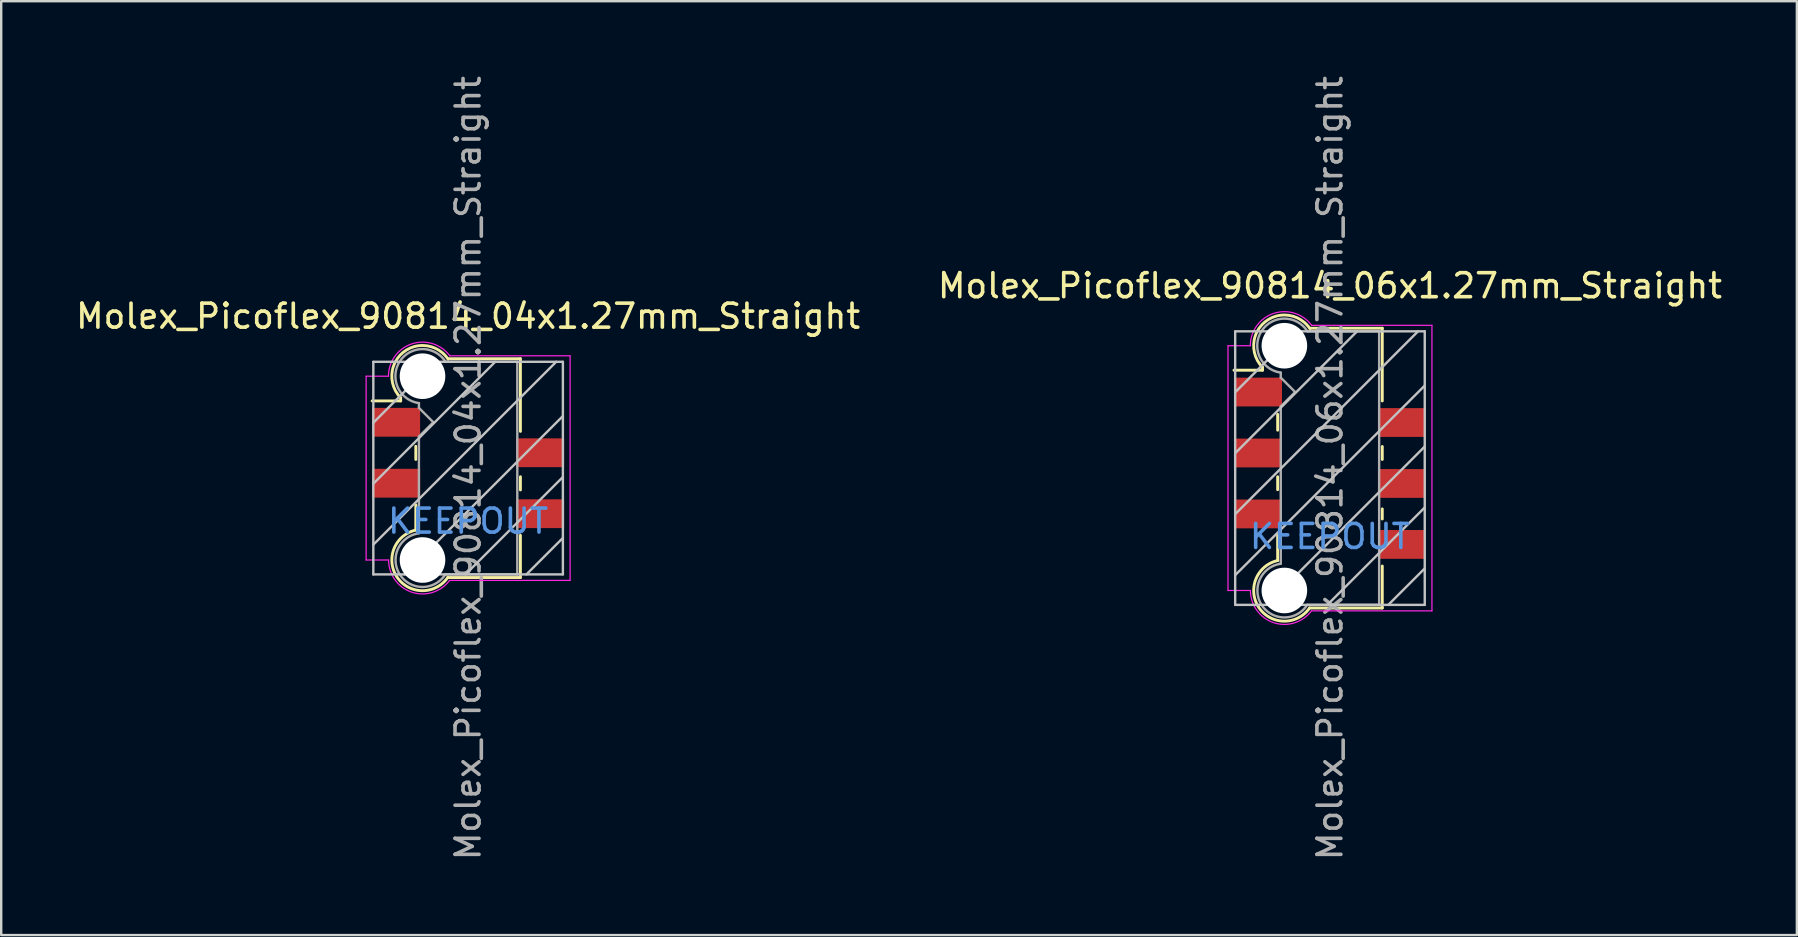
<source format=kicad_pcb>
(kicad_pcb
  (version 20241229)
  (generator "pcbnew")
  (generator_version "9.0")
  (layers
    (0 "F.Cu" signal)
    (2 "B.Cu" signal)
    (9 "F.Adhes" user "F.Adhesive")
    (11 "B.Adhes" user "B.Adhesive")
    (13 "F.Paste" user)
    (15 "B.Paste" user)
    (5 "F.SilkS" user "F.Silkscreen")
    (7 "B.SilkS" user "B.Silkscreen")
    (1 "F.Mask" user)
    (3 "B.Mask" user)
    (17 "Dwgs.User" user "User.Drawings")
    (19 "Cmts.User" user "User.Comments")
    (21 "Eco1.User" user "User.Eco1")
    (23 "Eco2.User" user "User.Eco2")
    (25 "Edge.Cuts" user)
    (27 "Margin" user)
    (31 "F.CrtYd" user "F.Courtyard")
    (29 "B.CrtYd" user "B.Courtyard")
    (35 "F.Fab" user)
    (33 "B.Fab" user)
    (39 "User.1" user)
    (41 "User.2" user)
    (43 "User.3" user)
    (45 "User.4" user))
  (footprint "Molex_Picoflex_90814_04x1.27mm_Straight"
    (layer "F.Cu")
    (at 16.458 16.458)
    (property "Reference" "Molex_Picoflex_90814_04x1.27mm_Straight" (at 0 -6.33 0) (layer "F.SilkS") (effects (font (size 1 1) (thickness 0.15))))
    (attr smd)
    (fp_line (start -2.81 -2.93) (end -2.81 -2.8) (stroke (width 0.12) (type solid)) (layer "F.SilkS"))
    (fp_line (start -2.81 -2.8) (end -4 -2.8) (stroke (width 0.12) (type solid)) (layer "F.SilkS"))
    (fp_line (start -2.18 -0.36) (end -2.18 -0.91) (stroke (width 0.12) (type solid)) (layer "F.SilkS"))
    (fp_line (start -2.18 2.58) (end -2.18 1.53) (stroke (width 0.12) (type solid)) (layer "F.SilkS"))
    (fp_line (start 2.18 -4.56) (end -0.82 -4.56) (stroke (width 0.12) (type solid)) (layer "F.SilkS"))
    (fp_line (start 2.18 -4.56) (end 2.18 -1.53) (stroke (width 0.12) (type solid)) (layer "F.SilkS"))
    (fp_line (start 2.18 0.36) (end 2.18 0.91) (stroke (width 0.12) (type solid)) (layer "F.SilkS"))
    (fp_line (start 2.18 2.8) (end 2.18 4.56) (stroke (width 0.12) (type solid)) (layer "F.SilkS"))
    (fp_line (start 2.18 4.56) (end -0.85 4.56) (stroke (width 0.12) (type solid)) (layer "F.SilkS"))
    (fp_arc (start -2.81 -2.93) (mid -2.708637 -4.822072) (end -0.834991 -4.539828) (stroke (width 0.12) (type solid)) (layer "F.SilkS"))
    (fp_arc (start -0.85 4.56) (mid -2.962791 4.541248) (end -2.174424 2.580964) (stroke (width 0.12) (type solid)) (layer "F.SilkS"))
    (fp_line (start -3.95 -4.43) (end -3.95 4.43) (stroke (width 0.1) (type solid)) (layer "Dwgs.User"))
    (fp_line (start -3.95 -1.89) (end -1.41 -4.43) (stroke (width 0.1) (type solid)) (layer "Dwgs.User"))
    (fp_line (start -3.95 0.65) (end 1.13 -4.43) (stroke (width 0.1) (type solid)) (layer "Dwgs.User"))
    (fp_line (start -3.95 3.19) (end 3.67 -4.43) (stroke (width 0.1) (type solid)) (layer "Dwgs.User"))
    (fp_line (start -3.95 4.43) (end 3.95 4.43) (stroke (width 0.1) (type solid)) (layer "Dwgs.User"))
    (fp_line (start -2.65 4.43) (end 3.95 -2.17) (stroke (width 0.1) (type solid)) (layer "Dwgs.User"))
    (fp_line (start -0.11 4.43) (end 3.95 0.37) (stroke (width 0.1) (type solid)) (layer "Dwgs.User"))
    (fp_line (start 2.43 4.43) (end 3.95 2.91) (stroke (width 0.1) (type solid)) (layer "Dwgs.User"))
    (fp_line (start 3.95 -4.43) (end -3.95 -4.43) (stroke (width 0.1) (type solid)) (layer "Dwgs.User"))
    (fp_line (start 3.95 4.43) (end 3.95 -4.43) (stroke (width 0.1) (type solid)) (layer "Dwgs.User"))
    (fp_line (start -4.25 3.83) (end -4.25 -3.83) (stroke (width 0.05) (type solid)) (layer "F.CrtYd"))
    (fp_line (start -3.32 -3.83) (end -4.25 -3.83) (stroke (width 0.05) (type solid)) (layer "F.CrtYd"))
    (fp_line (start -3.32 3.83) (end -4.25 3.83) (stroke (width 0.05) (type solid)) (layer "F.CrtYd"))
    (fp_line (start 4.25 -4.68) (end -0.76 -4.68) (stroke (width 0.05) (type solid)) (layer "F.CrtYd"))
    (fp_line (start 4.25 -4.68) (end 4.25 4.68) (stroke (width 0.05) (type solid)) (layer "F.CrtYd"))
    (fp_line (start 4.25 4.68) (end -0.77 4.68) (stroke (width 0.05) (type solid)) (layer "F.CrtYd"))
    (fp_arc (start -3.32 -3.83) (mid -2.344692 -5.178573) (end -0.758523 -4.674648) (stroke (width 0.05) (type solid)) (layer "F.CrtYd"))
    (fp_arc (start -0.77 4.68) (mid -2.348691 5.170924) (end -3.314001 3.828743) (stroke (width 0.05) (type solid)) (layer "F.CrtYd"))
    (fp_line (start -2.05 -2.51) (end -2.05 -2.71) (stroke (width 0.1) (type solid)) (layer "F.Fab"))
    (fp_line (start -2.05 -1.31) (end -1.45 -1.91) (stroke (width 0.1) (type solid)) (layer "F.Fab"))
    (fp_line (start -2.05 2.71) (end -2.05 -1.31) (stroke (width 0.1) (type solid)) (layer "F.Fab"))
    (fp_line (start -1.45 -1.91) (end -2.05 -2.51) (stroke (width 0.1) (type solid)) (layer "F.Fab"))
    (fp_line (start 2.05 -4.43) (end -0.93 -4.43) (stroke (width 0.1) (type solid)) (layer "F.Fab"))
    (fp_line (start 2.05 -4.43) (end 2.05 4.43) (stroke (width 0.1) (type solid)) (layer "F.Fab"))
    (fp_line (start 2.05 4.43) (end -0.95 4.43) (stroke (width 0.1) (type solid)) (layer "F.Fab"))
    (fp_arc (start -2.05 -2.71) (mid -2.851672 -4.439279) (end -0.945612 -4.435015) (stroke (width 0.1) (type solid)) (layer "F.Fab"))
    (fp_arc (start -0.95 4.43) (mid -2.845272 4.437422) (end -2.051022 2.716585) (stroke (width 0.1) (type solid)) (layer "F.Fab"))
    (fp_text user "KEEPOUT" (at 0 2.21 0) (layer "Cmts.User") (effects (font (size 1 1) (thickness 0.15))))
    (fp_text user "${REFERENCE}" (at 0 0 90) (layer "F.Fab") (effects (font (size 1 1) (thickness 0.15))))
    (pad "" np_thru_hole circle (at -1.9 -3.83) (size 1.9 1.9) (drill 1.9) (layers "*.Cu"))
    (pad "" np_thru_hole circle (at -1.9 3.83) (size 1.9 1.9) (drill 1.9) (layers "*.Cu"))
    (pad "1" smd rect (at -3 -1.91) (size 2 1.2) (layers "F.Cu" "F.Mask" "F.Paste"))
    (pad "2" smd rect (at 3 -0.64) (size 2 1.2) (layers "F.Cu" "F.Mask" "F.Paste"))
    (pad "3" smd rect (at -3 0.63) (size 2 1.2) (layers "F.Cu" "F.Mask" "F.Paste"))
    (pad "4" smd rect (at 3 1.9) (size 2 1.2) (layers "F.Cu" "F.Mask" "F.Paste")))
  (footprint "Molex_Picoflex_90814_06x1.27mm_Straight"
    (layer "F.Cu")
    (at 52.375 16.458)
    (property "Reference" "Molex_Picoflex_90814_06x1.27mm_Straight" (at 0 -7.6 0) (layer "F.SilkS") (effects (font (size 1 1) (thickness 0.15))))
    (attr smd)
    (fp_line (start -2.81 -4.2) (end -2.81 -4.08) (stroke (width 0.12) (type solid)) (layer "F.SilkS"))
    (fp_line (start -2.81 -4.08) (end -4 -4.08) (stroke (width 0.12) (type solid)) (layer "F.SilkS"))
    (fp_line (start -2.18 -1.58) (end -2.18 -2.24) (stroke (width 0.12) (type solid)) (layer "F.SilkS"))
    (fp_line (start -2.18 0.9) (end -2.18 0.36) (stroke (width 0.12) (type solid)) (layer "F.SilkS"))
    (fp_line (start -2.18 3.85) (end -2.18 2.8) (stroke (width 0.12) (type solid)) (layer "F.SilkS"))
    (fp_line (start 2.18 -5.83) (end -0.82 -5.83) (stroke (width 0.12) (type solid)) (layer "F.SilkS"))
    (fp_line (start 2.18 -5.83) (end 2.18 -2.8) (stroke (width 0.12) (type solid)) (layer "F.SilkS"))
    (fp_line (start 2.18 -0.9) (end 2.18 -0.36) (stroke (width 0.12) (type solid)) (layer "F.SilkS"))
    (fp_line (start 2.18 1.7) (end 2.18 2.12) (stroke (width 0.12) (type solid)) (layer "F.SilkS"))
    (fp_line (start 2.18 4.08) (end 2.18 5.83) (stroke (width 0.12) (type solid)) (layer "F.SilkS"))
    (fp_line (start 2.18 5.83) (end -0.85 5.83) (stroke (width 0.12) (type solid)) (layer "F.SilkS"))
    (fp_arc (start -2.81 -4.2) (mid -2.708637 -6.092072) (end -0.834991 -5.809828) (stroke (width 0.12) (type solid)) (layer "F.SilkS"))
    (fp_arc (start -0.85 5.83) (mid -2.962791 5.811248) (end -2.174424 3.850964) (stroke (width 0.12) (type solid)) (layer "F.SilkS"))
    (fp_line (start -3.95 -5.7) (end -3.95 5.7) (stroke (width 0.1) (type solid)) (layer "Dwgs.User"))
    (fp_line (start -3.95 -3.16) (end -1.41 -5.7) (stroke (width 0.1) (type solid)) (layer "Dwgs.User"))
    (fp_line (start -3.95 -0.62) (end 1.13 -5.7) (stroke (width 0.1) (type solid)) (layer "Dwgs.User"))
    (fp_line (start -3.95 1.92) (end 3.67 -5.7) (stroke (width 0.1) (type solid)) (layer "Dwgs.User"))
    (fp_line (start -3.95 4.46) (end 3.95 -3.44) (stroke (width 0.1) (type solid)) (layer "Dwgs.User"))
    (fp_line (start -3.95 5.7) (end 3.95 5.7) (stroke (width 0.1) (type solid)) (layer "Dwgs.User"))
    (fp_line (start -2.65 5.7) (end 3.95 -0.9) (stroke (width 0.1) (type solid)) (layer "Dwgs.User"))
    (fp_line (start -0.11 5.7) (end 3.95 1.64) (stroke (width 0.1) (type solid)) (layer "Dwgs.User"))
    (fp_line (start 2.43 5.7) (end 3.95 4.18) (stroke (width 0.1) (type solid)) (layer "Dwgs.User"))
    (fp_line (start 3.95 -5.7) (end -3.95 -5.7) (stroke (width 0.1) (type solid)) (layer "Dwgs.User"))
    (fp_line (start 3.95 5.7) (end 3.95 -5.7) (stroke (width 0.1) (type solid)) (layer "Dwgs.User"))
    (fp_line (start -4.25 5.1) (end -4.25 -5.1) (stroke (width 0.05) (type solid)) (layer "F.CrtYd"))
    (fp_line (start -3.32 -5.1) (end -4.25 -5.1) (stroke (width 0.05) (type solid)) (layer "F.CrtYd"))
    (fp_line (start -3.32 5.1) (end -4.25 5.1) (stroke (width 0.05) (type solid)) (layer "F.CrtYd"))
    (fp_line (start 4.25 -5.95) (end -0.76 -5.95) (stroke (width 0.05) (type solid)) (layer "F.CrtYd"))
    (fp_line (start 4.25 -5.95) (end 4.25 5.95) (stroke (width 0.05) (type solid)) (layer "F.CrtYd"))
    (fp_line (start 4.25 5.95) (end -0.77 5.95) (stroke (width 0.05) (type solid)) (layer "F.CrtYd"))
    (fp_arc (start -3.32 -5.1) (mid -2.344692 -6.448573) (end -0.758523 -5.944648) (stroke (width 0.05) (type solid)) (layer "F.CrtYd"))
    (fp_arc (start -0.77 5.95) (mid -2.348691 6.440924) (end -3.314001 5.098743) (stroke (width 0.05) (type solid)) (layer "F.CrtYd"))
    (fp_line (start -2.05 -3.77) (end -2.05 -3.98) (stroke (width 0.1) (type solid)) (layer "F.Fab"))
    (fp_line (start -2.05 -2.57) (end -1.45 -3.17) (stroke (width 0.1) (type solid)) (layer "F.Fab"))
    (fp_line (start -2.05 3.98) (end -2.05 -2.57) (stroke (width 0.1) (type solid)) (layer "F.Fab"))
    (fp_line (start -1.45 -3.17) (end -2.05 -3.77) (stroke (width 0.1) (type solid)) (layer "F.Fab"))
    (fp_line (start 2.05 -5.7) (end -0.93 -5.7) (stroke (width 0.1) (type solid)) (layer "F.Fab"))
    (fp_line (start 2.05 -5.7) (end 2.05 5.7) (stroke (width 0.1) (type solid)) (layer "F.Fab"))
    (fp_line (start 2.05 5.7) (end -0.95 5.7) (stroke (width 0.1) (type solid)) (layer "F.Fab"))
    (fp_arc (start -2.05 -3.98) (mid -2.851672 -5.709279) (end -0.945612 -5.705015) (stroke (width 0.1) (type solid)) (layer "F.Fab"))
    (fp_arc (start -0.95 5.7) (mid -2.845272 5.707422) (end -2.051022 3.986585) (stroke (width 0.1) (type solid)) (layer "F.Fab"))
    (fp_text user "KEEPOUT" (at 0 2.85 0) (layer "Cmts.User") (effects (font (size 1 1) (thickness 0.15))))
    (fp_text user "${REFERENCE}" (at 0 0 90) (layer "F.Fab") (effects (font (size 1 1) (thickness 0.15))))
    (pad "" np_thru_hole circle (at -1.9 -5.1) (size 1.9 1.9) (drill 1.9) (layers "*.Cu"))
    (pad "" np_thru_hole circle (at -1.9 5.1) (size 1.9 1.9) (drill 1.9) (layers "*.Cu"))
    (pad "1" smd rect (at -3 -3.17) (size 2 1.2) (layers "F.Cu" "F.Mask" "F.Paste"))
    (pad "2" smd rect (at 3 -1.9) (size 2 1.2) (layers "F.Cu" "F.Mask" "F.Paste"))
    (pad "3" smd rect (at -3 -0.63) (size 2 1.2) (layers "F.Cu" "F.Mask" "F.Paste"))
    (pad "4" smd rect (at 3 0.64) (size 2 1.2) (layers "F.Cu" "F.Mask" "F.Paste"))
    (pad "5" smd rect (at -3 1.91) (size 2 1.2) (layers "F.Cu" "F.Mask" "F.Paste"))
    (pad "6" smd rect (at 3 3.18) (size 2 1.2) (layers "F.Cu" "F.Mask" "F.Paste")))
  (gr_rect
    (start -3 -3)
    (end 71.833 35.917)
    (stroke (width 0.1) (type default))
    (fill no)
    (layer "Edge.Cuts")))
</source>
